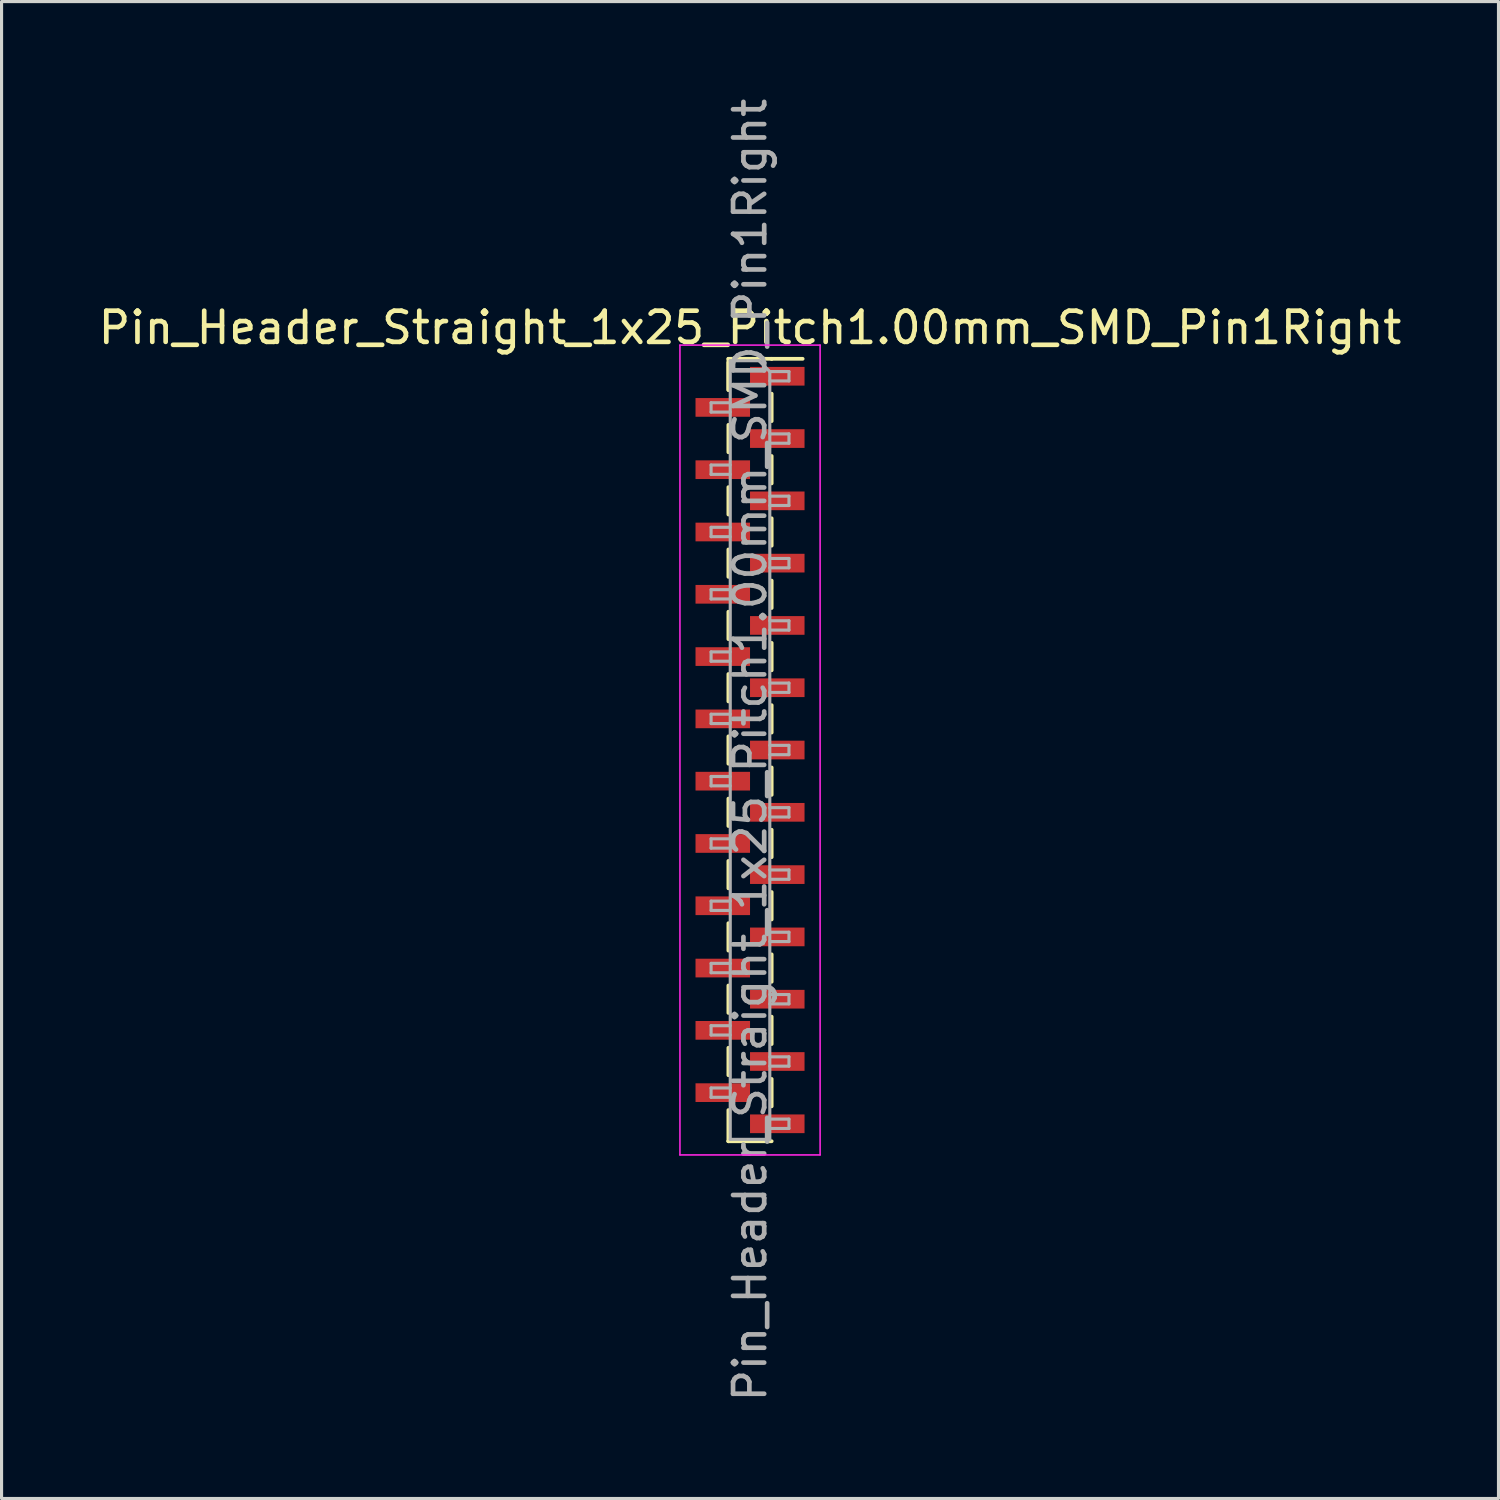
<source format=kicad_pcb>
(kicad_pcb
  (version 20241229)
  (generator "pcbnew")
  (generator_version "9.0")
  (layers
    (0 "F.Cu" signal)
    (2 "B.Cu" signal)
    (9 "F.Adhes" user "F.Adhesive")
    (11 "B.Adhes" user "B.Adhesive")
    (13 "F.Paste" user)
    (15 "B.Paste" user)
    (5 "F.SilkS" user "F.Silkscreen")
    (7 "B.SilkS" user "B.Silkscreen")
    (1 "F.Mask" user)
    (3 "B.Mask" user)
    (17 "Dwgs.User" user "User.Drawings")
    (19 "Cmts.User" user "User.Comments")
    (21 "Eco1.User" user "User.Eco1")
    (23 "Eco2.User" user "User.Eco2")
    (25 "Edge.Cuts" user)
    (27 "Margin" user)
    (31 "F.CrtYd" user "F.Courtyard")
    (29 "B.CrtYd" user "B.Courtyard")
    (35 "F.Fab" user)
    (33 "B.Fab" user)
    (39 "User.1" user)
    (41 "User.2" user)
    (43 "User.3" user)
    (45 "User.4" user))
  (footprint "Pin_Header_Straight_1x25_Pitch1.00mm_SMD_Pin1Right"
    (layer "F.Cu")
    (at 21.03 21.03)
    (property "Reference" "Pin_Header_Straight_1x25_Pitch1.00mm_SMD_Pin1Right" (at 0 -13.56 0) (layer "F.SilkS") (effects (font (size 1 1) (thickness 0.15))))
    (attr smd)
    (fp_line (start -0.695 -12.56) (end -0.695 -11.56) (stroke (width 0.12) (type solid)) (layer "F.SilkS"))
    (fp_line (start -0.695 -12.56) (end 0.695 -12.56) (stroke (width 0.12) (type solid)) (layer "F.SilkS"))
    (fp_line (start -0.695 -12.44) (end -0.695 -11.56) (stroke (width 0.12) (type solid)) (layer "F.SilkS"))
    (fp_line (start -0.695 -10.44) (end -0.695 -9.56) (stroke (width 0.12) (type solid)) (layer "F.SilkS"))
    (fp_line (start -0.695 -8.44) (end -0.695 -7.56) (stroke (width 0.12) (type solid)) (layer "F.SilkS"))
    (fp_line (start -0.695 -6.44) (end -0.695 -5.56) (stroke (width 0.12) (type solid)) (layer "F.SilkS"))
    (fp_line (start -0.695 -4.44) (end -0.695 -3.56) (stroke (width 0.12) (type solid)) (layer "F.SilkS"))
    (fp_line (start -0.695 -2.44) (end -0.695 -1.56) (stroke (width 0.12) (type solid)) (layer "F.SilkS"))
    (fp_line (start -0.695 -0.44) (end -0.695 0.44) (stroke (width 0.12) (type solid)) (layer "F.SilkS"))
    (fp_line (start -0.695 1.56) (end -0.695 2.44) (stroke (width 0.12) (type solid)) (layer "F.SilkS"))
    (fp_line (start -0.695 3.56) (end -0.695 4.44) (stroke (width 0.12) (type solid)) (layer "F.SilkS"))
    (fp_line (start -0.695 5.56) (end -0.695 6.44) (stroke (width 0.12) (type solid)) (layer "F.SilkS"))
    (fp_line (start -0.695 7.56) (end -0.695 8.44) (stroke (width 0.12) (type solid)) (layer "F.SilkS"))
    (fp_line (start -0.695 9.56) (end -0.695 10.44) (stroke (width 0.12) (type solid)) (layer "F.SilkS"))
    (fp_line (start -0.695 11.56) (end -0.695 12.56) (stroke (width 0.12) (type solid)) (layer "F.SilkS"))
    (fp_line (start -0.695 12.56) (end -0.695 12.56) (stroke (width 0.12) (type solid)) (layer "F.SilkS"))
    (fp_line (start -0.695 12.56) (end 0.695 12.56) (stroke (width 0.12) (type solid)) (layer "F.SilkS"))
    (fp_line (start 0.695 -12.56) (end 0.695 -12.56) (stroke (width 0.12) (type solid)) (layer "F.SilkS"))
    (fp_line (start 0.695 -12.56) (end 1.69 -12.56) (stroke (width 0.12) (type solid)) (layer "F.SilkS"))
    (fp_line (start 0.695 -11.44) (end 0.695 -10.56) (stroke (width 0.12) (type solid)) (layer "F.SilkS"))
    (fp_line (start 0.695 -9.44) (end 0.695 -8.56) (stroke (width 0.12) (type solid)) (layer "F.SilkS"))
    (fp_line (start 0.695 -7.44) (end 0.695 -6.56) (stroke (width 0.12) (type solid)) (layer "F.SilkS"))
    (fp_line (start 0.695 -5.44) (end 0.695 -4.56) (stroke (width 0.12) (type solid)) (layer "F.SilkS"))
    (fp_line (start 0.695 -3.44) (end 0.695 -2.56) (stroke (width 0.12) (type solid)) (layer "F.SilkS"))
    (fp_line (start 0.695 -1.44) (end 0.695 -0.56) (stroke (width 0.12) (type solid)) (layer "F.SilkS"))
    (fp_line (start 0.695 0.56) (end 0.695 1.44) (stroke (width 0.12) (type solid)) (layer "F.SilkS"))
    (fp_line (start 0.695 2.56) (end 0.695 3.44) (stroke (width 0.12) (type solid)) (layer "F.SilkS"))
    (fp_line (start 0.695 4.56) (end 0.695 5.44) (stroke (width 0.12) (type solid)) (layer "F.SilkS"))
    (fp_line (start 0.695 6.56) (end 0.695 7.44) (stroke (width 0.12) (type solid)) (layer "F.SilkS"))
    (fp_line (start 0.695 8.56) (end 0.695 9.44) (stroke (width 0.12) (type solid)) (layer "F.SilkS"))
    (fp_line (start 0.695 10.56) (end 0.695 11.44) (stroke (width 0.12) (type solid)) (layer "F.SilkS"))
    (fp_line (start -2.25 -13) (end -2.25 13) (stroke (width 0.05) (type solid)) (layer "F.CrtYd"))
    (fp_line (start -2.25 13) (end 2.25 13) (stroke (width 0.05) (type solid)) (layer "F.CrtYd"))
    (fp_line (start 2.25 -13) (end -2.25 -13) (stroke (width 0.05) (type solid)) (layer "F.CrtYd"))
    (fp_line (start 2.25 13) (end 2.25 -13) (stroke (width 0.05) (type solid)) (layer "F.CrtYd"))
    (fp_line (start -1.25 -11.15) (end -1.25 -10.85) (stroke (width 0.1) (type solid)) (layer "F.Fab"))
    (fp_line (start -1.25 -10.85) (end -0.635 -10.85) (stroke (width 0.1) (type solid)) (layer "F.Fab"))
    (fp_line (start -1.25 -9.15) (end -1.25 -8.85) (stroke (width 0.1) (type solid)) (layer "F.Fab"))
    (fp_line (start -1.25 -8.85) (end -0.635 -8.85) (stroke (width 0.1) (type solid)) (layer "F.Fab"))
    (fp_line (start -1.25 -7.15) (end -1.25 -6.85) (stroke (width 0.1) (type solid)) (layer "F.Fab"))
    (fp_line (start -1.25 -6.85) (end -0.635 -6.85) (stroke (width 0.1) (type solid)) (layer "F.Fab"))
    (fp_line (start -1.25 -5.15) (end -1.25 -4.85) (stroke (width 0.1) (type solid)) (layer "F.Fab"))
    (fp_line (start -1.25 -4.85) (end -0.635 -4.85) (stroke (width 0.1) (type solid)) (layer "F.Fab"))
    (fp_line (start -1.25 -3.15) (end -1.25 -2.85) (stroke (width 0.1) (type solid)) (layer "F.Fab"))
    (fp_line (start -1.25 -2.85) (end -0.635 -2.85) (stroke (width 0.1) (type solid)) (layer "F.Fab"))
    (fp_line (start -1.25 -1.15) (end -1.25 -0.85) (stroke (width 0.1) (type solid)) (layer "F.Fab"))
    (fp_line (start -1.25 -0.85) (end -0.635 -0.85) (stroke (width 0.1) (type solid)) (layer "F.Fab"))
    (fp_line (start -1.25 0.85) (end -1.25 1.15) (stroke (width 0.1) (type solid)) (layer "F.Fab"))
    (fp_line (start -1.25 1.15) (end -0.635 1.15) (stroke (width 0.1) (type solid)) (layer "F.Fab"))
    (fp_line (start -1.25 2.85) (end -1.25 3.15) (stroke (width 0.1) (type solid)) (layer "F.Fab"))
    (fp_line (start -1.25 3.15) (end -0.635 3.15) (stroke (width 0.1) (type solid)) (layer "F.Fab"))
    (fp_line (start -1.25 4.85) (end -1.25 5.15) (stroke (width 0.1) (type solid)) (layer "F.Fab"))
    (fp_line (start -1.25 5.15) (end -0.635 5.15) (stroke (width 0.1) (type solid)) (layer "F.Fab"))
    (fp_line (start -1.25 6.85) (end -1.25 7.15) (stroke (width 0.1) (type solid)) (layer "F.Fab"))
    (fp_line (start -1.25 7.15) (end -0.635 7.15) (stroke (width 0.1) (type solid)) (layer "F.Fab"))
    (fp_line (start -1.25 8.85) (end -1.25 9.15) (stroke (width 0.1) (type solid)) (layer "F.Fab"))
    (fp_line (start -1.25 9.15) (end -0.635 9.15) (stroke (width 0.1) (type solid)) (layer "F.Fab"))
    (fp_line (start -1.25 10.85) (end -1.25 11.15) (stroke (width 0.1) (type solid)) (layer "F.Fab"))
    (fp_line (start -1.25 11.15) (end -0.635 11.15) (stroke (width 0.1) (type solid)) (layer "F.Fab"))
    (fp_line (start -0.635 -12.5) (end -0.635 12.5) (stroke (width 0.1) (type solid)) (layer "F.Fab"))
    (fp_line (start -0.635 -12.5) (end 0.285 -12.5) (stroke (width 0.1) (type solid)) (layer "F.Fab"))
    (fp_line (start -0.635 -11.15) (end -1.25 -11.15) (stroke (width 0.1) (type solid)) (layer "F.Fab"))
    (fp_line (start -0.635 -9.15) (end -1.25 -9.15) (stroke (width 0.1) (type solid)) (layer "F.Fab"))
    (fp_line (start -0.635 -7.15) (end -1.25 -7.15) (stroke (width 0.1) (type solid)) (layer "F.Fab"))
    (fp_line (start -0.635 -5.15) (end -1.25 -5.15) (stroke (width 0.1) (type solid)) (layer "F.Fab"))
    (fp_line (start -0.635 -3.15) (end -1.25 -3.15) (stroke (width 0.1) (type solid)) (layer "F.Fab"))
    (fp_line (start -0.635 -1.15) (end -1.25 -1.15) (stroke (width 0.1) (type solid)) (layer "F.Fab"))
    (fp_line (start -0.635 0.85) (end -1.25 0.85) (stroke (width 0.1) (type solid)) (layer "F.Fab"))
    (fp_line (start -0.635 2.85) (end -1.25 2.85) (stroke (width 0.1) (type solid)) (layer "F.Fab"))
    (fp_line (start -0.635 4.85) (end -1.25 4.85) (stroke (width 0.1) (type solid)) (layer "F.Fab"))
    (fp_line (start -0.635 6.85) (end -1.25 6.85) (stroke (width 0.1) (type solid)) (layer "F.Fab"))
    (fp_line (start -0.635 8.85) (end -1.25 8.85) (stroke (width 0.1) (type solid)) (layer "F.Fab"))
    (fp_line (start -0.635 10.85) (end -1.25 10.85) (stroke (width 0.1) (type solid)) (layer "F.Fab"))
    (fp_line (start 0.635 -12.15) (end 0.285 -12.5) (stroke (width 0.1) (type solid)) (layer "F.Fab"))
    (fp_line (start 0.635 -12.15) (end 1.25 -12.15) (stroke (width 0.1) (type solid)) (layer "F.Fab"))
    (fp_line (start 0.635 -10.15) (end 1.25 -10.15) (stroke (width 0.1) (type solid)) (layer "F.Fab"))
    (fp_line (start 0.635 -8.15) (end 1.25 -8.15) (stroke (width 0.1) (type solid)) (layer "F.Fab"))
    (fp_line (start 0.635 -6.15) (end 1.25 -6.15) (stroke (width 0.1) (type solid)) (layer "F.Fab"))
    (fp_line (start 0.635 -4.15) (end 1.25 -4.15) (stroke (width 0.1) (type solid)) (layer "F.Fab"))
    (fp_line (start 0.635 -2.15) (end 1.25 -2.15) (stroke (width 0.1) (type solid)) (layer "F.Fab"))
    (fp_line (start 0.635 -0.15) (end 1.25 -0.15) (stroke (width 0.1) (type solid)) (layer "F.Fab"))
    (fp_line (start 0.635 1.85) (end 1.25 1.85) (stroke (width 0.1) (type solid)) (layer "F.Fab"))
    (fp_line (start 0.635 3.85) (end 1.25 3.85) (stroke (width 0.1) (type solid)) (layer "F.Fab"))
    (fp_line (start 0.635 5.85) (end 1.25 5.85) (stroke (width 0.1) (type solid)) (layer "F.Fab"))
    (fp_line (start 0.635 7.85) (end 1.25 7.85) (stroke (width 0.1) (type solid)) (layer "F.Fab"))
    (fp_line (start 0.635 9.85) (end 1.25 9.85) (stroke (width 0.1) (type solid)) (layer "F.Fab"))
    (fp_line (start 0.635 11.85) (end 1.25 11.85) (stroke (width 0.1) (type solid)) (layer "F.Fab"))
    (fp_line (start 0.635 12.5) (end -0.635 12.5) (stroke (width 0.1) (type solid)) (layer "F.Fab"))
    (fp_line (start 0.635 12.5) (end 0.635 -12.15) (stroke (width 0.1) (type solid)) (layer "F.Fab"))
    (fp_line (start 1.25 -12.15) (end 1.25 -11.85) (stroke (width 0.1) (type solid)) (layer "F.Fab"))
    (fp_line (start 1.25 -11.85) (end 0.635 -11.85) (stroke (width 0.1) (type solid)) (layer "F.Fab"))
    (fp_line (start 1.25 -10.15) (end 1.25 -9.85) (stroke (width 0.1) (type solid)) (layer "F.Fab"))
    (fp_line (start 1.25 -9.85) (end 0.635 -9.85) (stroke (width 0.1) (type solid)) (layer "F.Fab"))
    (fp_line (start 1.25 -8.15) (end 1.25 -7.85) (stroke (width 0.1) (type solid)) (layer "F.Fab"))
    (fp_line (start 1.25 -7.85) (end 0.635 -7.85) (stroke (width 0.1) (type solid)) (layer "F.Fab"))
    (fp_line (start 1.25 -6.15) (end 1.25 -5.85) (stroke (width 0.1) (type solid)) (layer "F.Fab"))
    (fp_line (start 1.25 -5.85) (end 0.635 -5.85) (stroke (width 0.1) (type solid)) (layer "F.Fab"))
    (fp_line (start 1.25 -4.15) (end 1.25 -3.85) (stroke (width 0.1) (type solid)) (layer "F.Fab"))
    (fp_line (start 1.25 -3.85) (end 0.635 -3.85) (stroke (width 0.1) (type solid)) (layer "F.Fab"))
    (fp_line (start 1.25 -2.15) (end 1.25 -1.85) (stroke (width 0.1) (type solid)) (layer "F.Fab"))
    (fp_line (start 1.25 -1.85) (end 0.635 -1.85) (stroke (width 0.1) (type solid)) (layer "F.Fab"))
    (fp_line (start 1.25 -0.15) (end 1.25 0.15) (stroke (width 0.1) (type solid)) (layer "F.Fab"))
    (fp_line (start 1.25 0.15) (end 0.635 0.15) (stroke (width 0.1) (type solid)) (layer "F.Fab"))
    (fp_line (start 1.25 1.85) (end 1.25 2.15) (stroke (width 0.1) (type solid)) (layer "F.Fab"))
    (fp_line (start 1.25 2.15) (end 0.635 2.15) (stroke (width 0.1) (type solid)) (layer "F.Fab"))
    (fp_line (start 1.25 3.85) (end 1.25 4.15) (stroke (width 0.1) (type solid)) (layer "F.Fab"))
    (fp_line (start 1.25 4.15) (end 0.635 4.15) (stroke (width 0.1) (type solid)) (layer "F.Fab"))
    (fp_line (start 1.25 5.85) (end 1.25 6.15) (stroke (width 0.1) (type solid)) (layer "F.Fab"))
    (fp_line (start 1.25 6.15) (end 0.635 6.15) (stroke (width 0.1) (type solid)) (layer "F.Fab"))
    (fp_line (start 1.25 7.85) (end 1.25 8.15) (stroke (width 0.1) (type solid)) (layer "F.Fab"))
    (fp_line (start 1.25 8.15) (end 0.635 8.15) (stroke (width 0.1) (type solid)) (layer "F.Fab"))
    (fp_line (start 1.25 9.85) (end 1.25 10.15) (stroke (width 0.1) (type solid)) (layer "F.Fab"))
    (fp_line (start 1.25 10.15) (end 0.635 10.15) (stroke (width 0.1) (type solid)) (layer "F.Fab"))
    (fp_line (start 1.25 11.85) (end 1.25 12.15) (stroke (width 0.1) (type solid)) (layer "F.Fab"))
    (fp_line (start 1.25 12.15) (end 0.635 12.15) (stroke (width 0.1) (type solid)) (layer "F.Fab"))
    (fp_text user "${REFERENCE}" (at 0 0 90) (layer "F.Fab") (effects (font (size 1 1) (thickness 0.15))))
    (pad "1" smd rect (at 0.875 -12) (size 1.75 0.6) (layers "F.Cu" "F.Mask" "F.Paste"))
    (pad "2" smd rect (at -0.875 -11) (size 1.75 0.6) (layers "F.Cu" "F.Mask" "F.Paste"))
    (pad "3" smd rect (at 0.875 -10) (size 1.75 0.6) (layers "F.Cu" "F.Mask" "F.Paste"))
    (pad "4" smd rect (at -0.875 -9) (size 1.75 0.6) (layers "F.Cu" "F.Mask" "F.Paste"))
    (pad "5" smd rect (at 0.875 -8) (size 1.75 0.6) (layers "F.Cu" "F.Mask" "F.Paste"))
    (pad "6" smd rect (at -0.875 -7) (size 1.75 0.6) (layers "F.Cu" "F.Mask" "F.Paste"))
    (pad "7" smd rect (at 0.875 -6) (size 1.75 0.6) (layers "F.Cu" "F.Mask" "F.Paste"))
    (pad "8" smd rect (at -0.875 -5) (size 1.75 0.6) (layers "F.Cu" "F.Mask" "F.Paste"))
    (pad "9" smd rect (at 0.875 -4) (size 1.75 0.6) (layers "F.Cu" "F.Mask" "F.Paste"))
    (pad "10" smd rect (at -0.875 -3) (size 1.75 0.6) (layers "F.Cu" "F.Mask" "F.Paste"))
    (pad "11" smd rect (at 0.875 -2) (size 1.75 0.6) (layers "F.Cu" "F.Mask" "F.Paste"))
    (pad "12" smd rect (at -0.875 -1) (size 1.75 0.6) (layers "F.Cu" "F.Mask" "F.Paste"))
    (pad "13" smd rect (at 0.875 0) (size 1.75 0.6) (layers "F.Cu" "F.Mask" "F.Paste"))
    (pad "14" smd rect (at -0.875 1) (size 1.75 0.6) (layers "F.Cu" "F.Mask" "F.Paste"))
    (pad "15" smd rect (at 0.875 2) (size 1.75 0.6) (layers "F.Cu" "F.Mask" "F.Paste"))
    (pad "16" smd rect (at -0.875 3) (size 1.75 0.6) (layers "F.Cu" "F.Mask" "F.Paste"))
    (pad "17" smd rect (at 0.875 4) (size 1.75 0.6) (layers "F.Cu" "F.Mask" "F.Paste"))
    (pad "18" smd rect (at -0.875 5) (size 1.75 0.6) (layers "F.Cu" "F.Mask" "F.Paste"))
    (pad "19" smd rect (at 0.875 6) (size 1.75 0.6) (layers "F.Cu" "F.Mask" "F.Paste"))
    (pad "20" smd rect (at -0.875 7) (size 1.75 0.6) (layers "F.Cu" "F.Mask" "F.Paste"))
    (pad "21" smd rect (at 0.875 8) (size 1.75 0.6) (layers "F.Cu" "F.Mask" "F.Paste"))
    (pad "22" smd rect (at -0.875 9) (size 1.75 0.6) (layers "F.Cu" "F.Mask" "F.Paste"))
    (pad "23" smd rect (at 0.875 10) (size 1.75 0.6) (layers "F.Cu" "F.Mask" "F.Paste"))
    (pad "24" smd rect (at -0.875 11) (size 1.75 0.6) (layers "F.Cu" "F.Mask" "F.Paste"))
    (pad "25" smd rect (at 0.875 12) (size 1.75 0.6) (layers "F.Cu" "F.Mask" "F.Paste")))
  (gr_rect
    (start -3 -3)
    (end 45.06 45.06)
    (stroke (width 0.1) (type default))
    (fill no)
    (layer "Edge.Cuts")))
</source>
